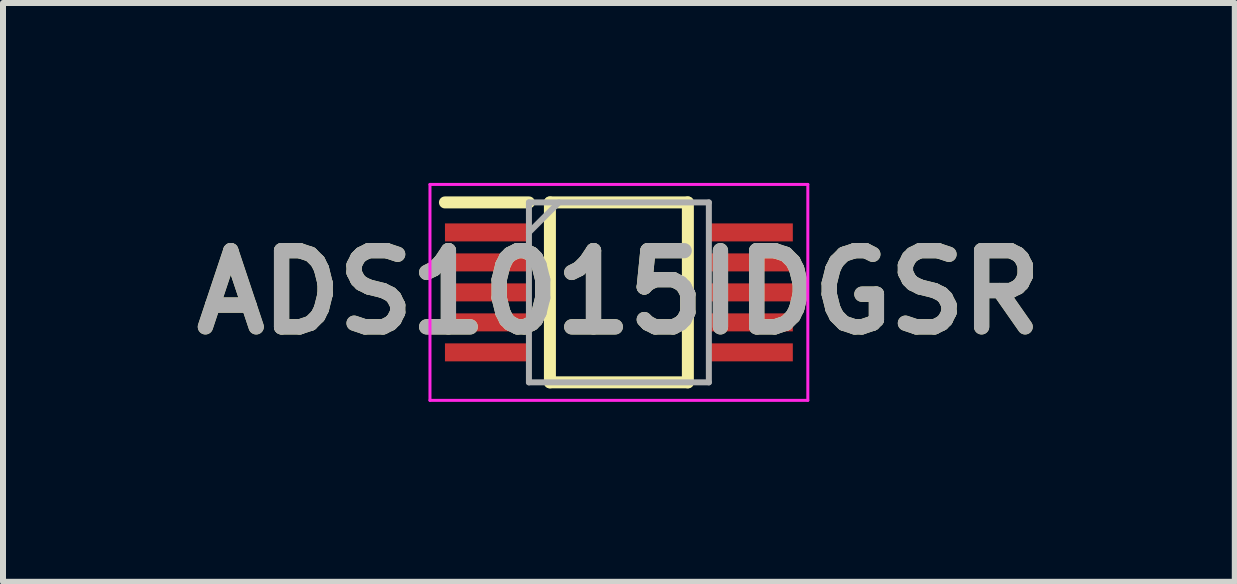
<source format=kicad_pcb>
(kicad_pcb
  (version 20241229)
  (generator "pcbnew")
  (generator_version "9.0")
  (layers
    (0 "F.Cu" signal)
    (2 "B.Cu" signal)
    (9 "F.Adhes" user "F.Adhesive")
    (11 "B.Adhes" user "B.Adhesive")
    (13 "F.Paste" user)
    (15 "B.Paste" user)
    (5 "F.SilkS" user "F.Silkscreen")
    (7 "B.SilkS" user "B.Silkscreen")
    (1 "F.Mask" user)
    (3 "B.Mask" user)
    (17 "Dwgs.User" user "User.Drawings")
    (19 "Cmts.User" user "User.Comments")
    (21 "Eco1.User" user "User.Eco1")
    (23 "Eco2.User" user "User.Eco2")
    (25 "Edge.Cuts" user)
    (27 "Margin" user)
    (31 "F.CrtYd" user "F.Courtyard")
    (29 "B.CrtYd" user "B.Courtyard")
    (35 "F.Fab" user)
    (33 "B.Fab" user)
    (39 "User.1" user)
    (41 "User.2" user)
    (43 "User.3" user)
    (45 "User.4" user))
  (footprint "ADS1015IDGSR"
    (layer "F.Cu")
    (at 7.269 1.825)
    (property "Reference" "ADS1015IDGSR" (at 0 0 0) (layer "F.SilkS") (effects (font (size 1.27 1.27) (thickness 0.254))))
    (attr smd)
    (fp_line (start -2.9 -1.5) (end -1.5 -1.5) (stroke (width 0.2) (type solid)) (layer "F.SilkS"))
    (fp_line (start -1.15 -1.5) (end 1.15 -1.5) (stroke (width 0.2) (type solid)) (layer "F.SilkS"))
    (fp_line (start -1.15 1.5) (end -1.15 -1.5) (stroke (width 0.2) (type solid)) (layer "F.SilkS"))
    (fp_line (start 1.15 -1.5) (end 1.15 1.5) (stroke (width 0.2) (type solid)) (layer "F.SilkS"))
    (fp_line (start 1.15 1.5) (end -1.15 1.5) (stroke (width 0.2) (type solid)) (layer "F.SilkS"))
    (fp_line (start -3.15 -1.8) (end 3.15 -1.8) (stroke (width 0.05) (type solid)) (layer "F.CrtYd"))
    (fp_line (start -3.15 1.8) (end -3.15 -1.8) (stroke (width 0.05) (type solid)) (layer "F.CrtYd"))
    (fp_line (start 3.15 -1.8) (end 3.15 1.8) (stroke (width 0.05) (type solid)) (layer "F.CrtYd"))
    (fp_line (start 3.15 1.8) (end -3.15 1.8) (stroke (width 0.05) (type solid)) (layer "F.CrtYd"))
    (fp_line (start -1.5 -1.5) (end 1.5 -1.5) (stroke (width 0.1) (type solid)) (layer "F.Fab"))
    (fp_line (start -1.5 -1) (end -1 -1.5) (stroke (width 0.1) (type solid)) (layer "F.Fab"))
    (fp_line (start -1.5 1.5) (end -1.5 -1.5) (stroke (width 0.1) (type solid)) (layer "F.Fab"))
    (fp_line (start 1.5 -1.5) (end 1.5 1.5) (stroke (width 0.1) (type solid)) (layer "F.Fab"))
    (fp_line (start 1.5 1.5) (end -1.5 1.5) (stroke (width 0.1) (type solid)) (layer "F.Fab"))
    (fp_text user "${REFERENCE}" (at 0 0 0) (layer "F.Fab") (effects (font (size 1.27 1.27) (thickness 0.254))))
    (pad "1" smd rect (at -2.2 -1 90) (size 0.3 1.4) (layers "F.Cu" "F.Mask" "F.Paste"))
    (pad "2" smd rect (at -2.2 -0.5 90) (size 0.3 1.4) (layers "F.Cu" "F.Mask" "F.Paste"))
    (pad "3" smd rect (at -2.2 0 90) (size 0.3 1.4) (layers "F.Cu" "F.Mask" "F.Paste"))
    (pad "4" smd rect (at -2.2 0.5 90) (size 0.3 1.4) (layers "F.Cu" "F.Mask" "F.Paste"))
    (pad "5" smd rect (at -2.2 1 90) (size 0.3 1.4) (layers "F.Cu" "F.Mask" "F.Paste"))
    (pad "6" smd rect (at 2.2 1 90) (size 0.3 1.4) (layers "F.Cu" "F.Mask" "F.Paste"))
    (pad "7" smd rect (at 2.2 0.5 90) (size 0.3 1.4) (layers "F.Cu" "F.Mask" "F.Paste"))
    (pad "8" smd rect (at 2.2 0 90) (size 0.3 1.4) (layers "F.Cu" "F.Mask" "F.Paste"))
    (pad "9" smd rect (at 2.2 -0.5 90) (size 0.3 1.4) (layers "F.Cu" "F.Mask" "F.Paste"))
    (pad "10" smd rect (at 2.2 -1 90) (size 0.3 1.4) (layers "F.Cu" "F.Mask" "F.Paste")))
  (gr_rect
    (start -3 -3)
    (end 17.538 6.65)
    (stroke (width 0.1) (type default))
    (fill no)
    (layer "Edge.Cuts")))
</source>
